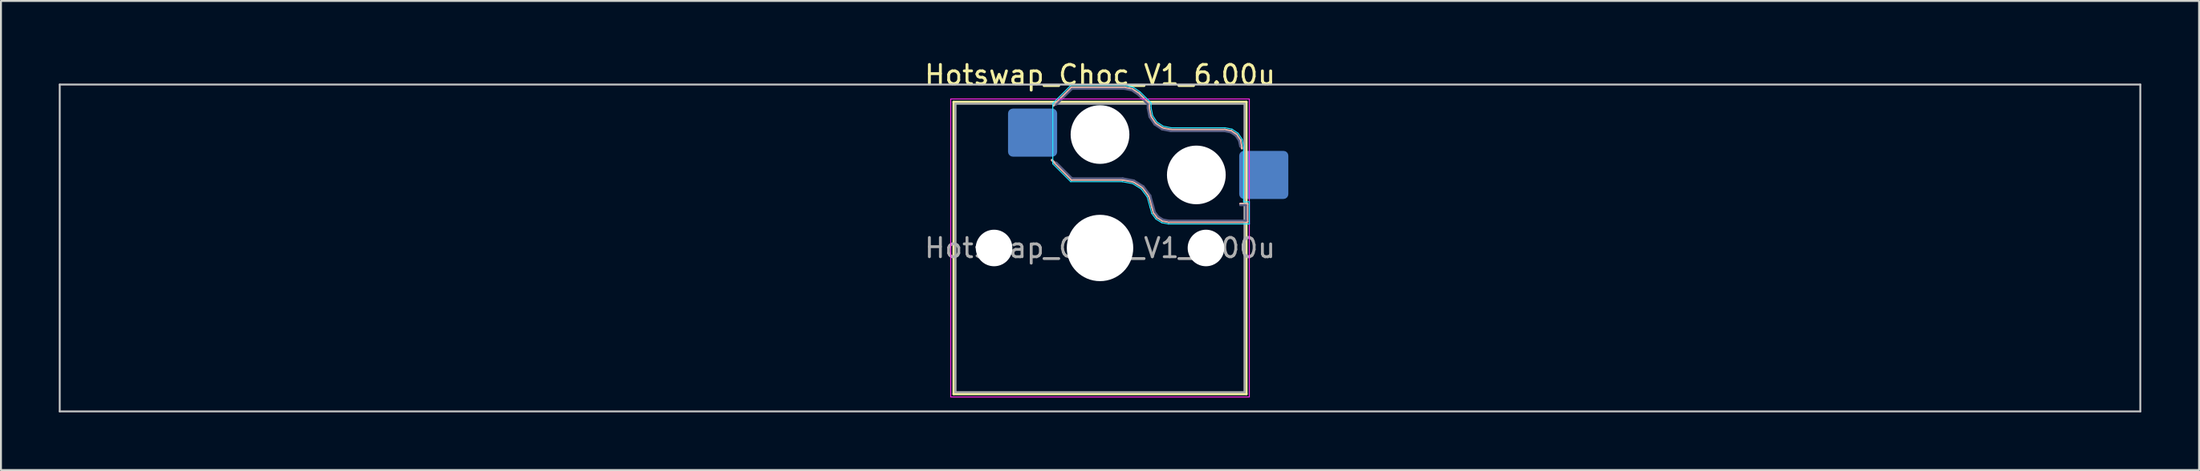
<source format=kicad_pcb>
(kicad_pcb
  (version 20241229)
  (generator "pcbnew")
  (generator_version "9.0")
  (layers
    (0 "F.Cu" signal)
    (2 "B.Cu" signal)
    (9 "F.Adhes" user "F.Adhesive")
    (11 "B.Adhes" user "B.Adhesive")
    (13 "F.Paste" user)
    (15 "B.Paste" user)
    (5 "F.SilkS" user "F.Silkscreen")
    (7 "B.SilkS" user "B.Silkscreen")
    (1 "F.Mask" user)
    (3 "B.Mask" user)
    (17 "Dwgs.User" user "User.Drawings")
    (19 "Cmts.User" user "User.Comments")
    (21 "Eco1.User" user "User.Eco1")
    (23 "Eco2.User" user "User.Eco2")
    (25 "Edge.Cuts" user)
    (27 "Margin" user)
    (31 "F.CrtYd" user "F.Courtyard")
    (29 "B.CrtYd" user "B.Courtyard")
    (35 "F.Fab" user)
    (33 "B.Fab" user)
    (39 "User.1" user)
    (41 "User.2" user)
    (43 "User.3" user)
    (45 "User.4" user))
  (footprint "Hotswap_Choc_V1_6.00u"
    (layer "F.Cu")
    (at 54.05 9.848)
    (property "Reference" "Hotswap_Choc_V1_6.00u" (at 0 -9 0) (layer "F.SilkS") (effects (font (size 1 1) (thickness 0.15))))
    (attr smd)
    (fp_line (start -7.6 -7.6) (end -7.6 7.6) (stroke (width 0.12) (type solid)) (layer "F.SilkS"))
    (fp_line (start -7.6 7.6) (end 7.6 7.6) (stroke (width 0.12) (type solid)) (layer "F.SilkS"))
    (fp_line (start 7.6 -7.6) (end -7.6 -7.6) (stroke (width 0.12) (type solid)) (layer "F.SilkS"))
    (fp_line (start 7.6 7.6) (end 7.6 -7.6) (stroke (width 0.12) (type solid)) (layer "F.SilkS"))
    (fp_line (start -2.416 -7.409) (end -1.479 -8.346) (stroke (width 0.12) (type solid)) (layer "B.SilkS"))
    (fp_line (start -1.479 -8.346) (end 1.268 -8.346) (stroke (width 0.12) (type solid)) (layer "B.SilkS"))
    (fp_line (start -1.479 -3.554) (end -2.5 -4.575) (stroke (width 0.12) (type solid)) (layer "B.SilkS"))
    (fp_line (start 1.168 -3.554) (end -1.479 -3.554) (stroke (width 0.12) (type solid)) (layer "B.SilkS"))
    (fp_line (start 1.268 -8.346) (end 1.671 -8.266) (stroke (width 0.12) (type solid)) (layer "B.SilkS"))
    (fp_line (start 1.671 -8.266) (end 2.013 -8.037) (stroke (width 0.12) (type solid)) (layer "B.SilkS"))
    (fp_line (start 1.73 -3.449) (end 1.168 -3.554) (stroke (width 0.12) (type solid)) (layer "B.SilkS"))
    (fp_line (start 2.013 -8.037) (end 2.546 -7.504) (stroke (width 0.12) (type solid)) (layer "B.SilkS"))
    (fp_line (start 2.209 -3.15) (end 1.73 -3.449) (stroke (width 0.12) (type solid)) (layer "B.SilkS"))
    (fp_line (start 2.546 -7.504) (end 2.546 -7.282) (stroke (width 0.12) (type solid)) (layer "B.SilkS"))
    (fp_line (start 2.546 -7.282) (end 2.633 -6.844) (stroke (width 0.12) (type solid)) (layer "B.SilkS"))
    (fp_line (start 2.547 -2.697) (end 2.209 -3.15) (stroke (width 0.12) (type solid)) (layer "B.SilkS"))
    (fp_line (start 2.633 -6.844) (end 2.877 -6.477) (stroke (width 0.12) (type solid)) (layer "B.SilkS"))
    (fp_line (start 2.701 -2.139) (end 2.547 -2.697) (stroke (width 0.12) (type solid)) (layer "B.SilkS"))
    (fp_line (start 2.783 -1.841) (end 2.701 -2.139) (stroke (width 0.12) (type solid)) (layer "B.SilkS"))
    (fp_line (start 2.877 -6.477) (end 3.244 -6.233) (stroke (width 0.12) (type solid)) (layer "B.SilkS"))
    (fp_line (start 2.976 -1.583) (end 2.783 -1.841) (stroke (width 0.12) (type solid)) (layer "B.SilkS"))
    (fp_line (start 3.244 -6.233) (end 3.682 -6.146) (stroke (width 0.12) (type solid)) (layer "B.SilkS"))
    (fp_line (start 3.25 -1.413) (end 2.976 -1.583) (stroke (width 0.12) (type solid)) (layer "B.SilkS"))
    (fp_line (start 3.56 -1.354) (end 3.25 -1.413) (stroke (width 0.12) (type solid)) (layer "B.SilkS"))
    (fp_line (start 3.682 -6.146) (end 6.482 -6.146) (stroke (width 0.12) (type solid)) (layer "B.SilkS"))
    (fp_line (start 6.482 -6.146) (end 6.809 -6.081) (stroke (width 0.12) (type solid)) (layer "B.SilkS"))
    (fp_line (start 6.809 -6.081) (end 7.092 -5.892) (stroke (width 0.12) (type solid)) (layer "B.SilkS"))
    (fp_line (start 7.092 -5.892) (end 7.281 -5.609) (stroke (width 0.12) (type solid)) (layer "B.SilkS"))
    (fp_line (start 7.281 -5.609) (end 7.366 -5.182) (stroke (width 0.12) (type solid)) (layer "B.SilkS"))
    (fp_line (start 7.283 -2.296) (end 7.646 -2.296) (stroke (width 0.12) (type solid)) (layer "B.SilkS"))
    (fp_line (start 7.646 -2.296) (end 7.646 -1.354) (stroke (width 0.12) (type solid)) (layer "B.SilkS"))
    (fp_line (start 7.646 -1.354) (end 3.56 -1.354) (stroke (width 0.12) (type solid)) (layer "B.SilkS"))
    (fp_line (start -54 -8.5) (end -54 8.5) (stroke (width 0.1) (type solid)) (layer "Dwgs.User"))
    (fp_line (start -54 8.5) (end 54 8.5) (stroke (width 0.1) (type solid)) (layer "Dwgs.User"))
    (fp_line (start 54 -8.5) (end -54 -8.5) (stroke (width 0.1) (type solid)) (layer "Dwgs.User"))
    (fp_line (start 54 8.5) (end 54 -8.5) (stroke (width 0.1) (type solid)) (layer "Dwgs.User"))
    (fp_line (start -7.25 -7.25) (end -7.25 7.25) (stroke (width 0.1) (type solid)) (layer "Eco1.User"))
    (fp_line (start -7.25 7.25) (end 7.25 7.25) (stroke (width 0.1) (type solid)) (layer "Eco1.User"))
    (fp_line (start 7.25 -7.25) (end -7.25 -7.25) (stroke (width 0.1) (type solid)) (layer "Eco1.User"))
    (fp_line (start 7.25 7.25) (end 7.25 -7.25) (stroke (width 0.1) (type solid)) (layer "Eco1.User"))
    (fp_line (start -2.452 -7.523) (end -1.523 -8.452) (stroke (width 0.05) (type solid)) (layer "B.CrtYd"))
    (fp_line (start -2.452 -4.377) (end -2.452 -7.523) (stroke (width 0.05) (type solid)) (layer "B.CrtYd"))
    (fp_line (start -1.523 -8.452) (end 1.278 -8.452) (stroke (width 0.05) (type solid)) (layer "B.CrtYd"))
    (fp_line (start -1.523 -3.448) (end -2.452 -4.377) (stroke (width 0.05) (type solid)) (layer "B.CrtYd"))
    (fp_line (start 1.159 -3.448) (end -1.523 -3.448) (stroke (width 0.05) (type solid)) (layer "B.CrtYd"))
    (fp_line (start 1.278 -8.452) (end 1.712 -8.366) (stroke (width 0.05) (type solid)) (layer "B.CrtYd"))
    (fp_line (start 1.691 -3.348) (end 1.159 -3.448) (stroke (width 0.05) (type solid)) (layer "B.CrtYd"))
    (fp_line (start 1.712 -8.366) (end 2.081 -8.119) (stroke (width 0.05) (type solid)) (layer "B.CrtYd"))
    (fp_line (start 2.081 -8.119) (end 2.652 -7.548) (stroke (width 0.05) (type solid)) (layer "B.CrtYd"))
    (fp_line (start 2.136 -3.071) (end 1.691 -3.348) (stroke (width 0.05) (type solid)) (layer "B.CrtYd"))
    (fp_line (start 2.45 -2.65) (end 2.136 -3.071) (stroke (width 0.05) (type solid)) (layer "B.CrtYd"))
    (fp_line (start 2.599 -2.111) (end 2.45 -2.65) (stroke (width 0.05) (type solid)) (layer "B.CrtYd"))
    (fp_line (start 2.652 -7.548) (end 2.652 -7.292) (stroke (width 0.05) (type solid)) (layer "B.CrtYd"))
    (fp_line (start 2.652 -7.292) (end 2.733 -6.885) (stroke (width 0.05) (type solid)) (layer "B.CrtYd"))
    (fp_line (start 2.687 -1.794) (end 2.599 -2.111) (stroke (width 0.05) (type solid)) (layer "B.CrtYd"))
    (fp_line (start 2.733 -6.885) (end 2.953 -6.553) (stroke (width 0.05) (type solid)) (layer "B.CrtYd"))
    (fp_line (start 2.903 -1.503) (end 2.687 -1.794) (stroke (width 0.05) (type solid)) (layer "B.CrtYd"))
    (fp_line (start 2.953 -6.553) (end 3.285 -6.333) (stroke (width 0.05) (type solid)) (layer "B.CrtYd"))
    (fp_line (start 3.211 -1.312) (end 2.903 -1.503) (stroke (width 0.05) (type solid)) (layer "B.CrtYd"))
    (fp_line (start 3.285 -6.333) (end 3.692 -6.252) (stroke (width 0.05) (type solid)) (layer "B.CrtYd"))
    (fp_line (start 3.55 -1.248) (end 3.211 -1.312) (stroke (width 0.05) (type solid)) (layer "B.CrtYd"))
    (fp_line (start 3.692 -6.252) (end 6.492 -6.252) (stroke (width 0.05) (type solid)) (layer "B.CrtYd"))
    (fp_line (start 6.492 -6.252) (end 6.85 -6.181) (stroke (width 0.05) (type solid)) (layer "B.CrtYd"))
    (fp_line (start 6.85 -6.181) (end 7.168 -5.968) (stroke (width 0.05) (type solid)) (layer "B.CrtYd"))
    (fp_line (start 7.168 -5.968) (end 7.381 -5.65) (stroke (width 0.05) (type solid)) (layer "B.CrtYd"))
    (fp_line (start 7.381 -5.65) (end 7.452 -5.292) (stroke (width 0.05) (type solid)) (layer "B.CrtYd"))
    (fp_line (start 7.452 -5.292) (end 7.452 -2.402) (stroke (width 0.05) (type solid)) (layer "B.CrtYd"))
    (fp_line (start 7.452 -2.402) (end 7.752 -2.402) (stroke (width 0.05) (type solid)) (layer "B.CrtYd"))
    (fp_line (start 7.752 -2.402) (end 7.752 -1.248) (stroke (width 0.05) (type solid)) (layer "B.CrtYd"))
    (fp_line (start 7.752 -1.248) (end 3.55 -1.248) (stroke (width 0.05) (type solid)) (layer "B.CrtYd"))
    (fp_line (start -7.75 -7.75) (end -7.75 7.75) (stroke (width 0.05) (type solid)) (layer "F.CrtYd"))
    (fp_line (start -7.75 7.75) (end 7.75 7.75) (stroke (width 0.05) (type solid)) (layer "F.CrtYd"))
    (fp_line (start 7.75 -7.75) (end -7.75 -7.75) (stroke (width 0.05) (type solid)) (layer "F.CrtYd"))
    (fp_line (start 7.75 7.75) (end 7.75 -7.75) (stroke (width 0.05) (type solid)) (layer "F.CrtYd"))
    (fp_line (start -2.275 -7.45) (end -1.45 -8.275) (stroke (width 0.1) (type solid)) (layer "B.Fab"))
    (fp_line (start -1.45 -8.275) (end 1.261 -8.275) (stroke (width 0.1) (type solid)) (layer "B.Fab"))
    (fp_line (start -1.45 -3.625) (end -2.275 -4.45) (stroke (width 0.1) (type solid)) (layer "B.Fab"))
    (fp_line (start 1.175 -3.625) (end -1.45 -3.625) (stroke (width 0.1) (type solid)) (layer "B.Fab"))
    (fp_line (start 1.261 -8.275) (end 1.643 -8.199) (stroke (width 0.1) (type solid)) (layer "B.Fab"))
    (fp_line (start 1.643 -8.199) (end 1.968 -7.982) (stroke (width 0.1) (type solid)) (layer "B.Fab"))
    (fp_line (start 1.756 -3.516) (end 1.175 -3.625) (stroke (width 0.1) (type solid)) (layer "B.Fab"))
    (fp_line (start 1.968 -7.982) (end 2.475 -7.475) (stroke (width 0.1) (type solid)) (layer "B.Fab"))
    (fp_line (start 2.258 -3.203) (end 1.756 -3.516) (stroke (width 0.1) (type solid)) (layer "B.Fab"))
    (fp_line (start 2.475 -7.475) (end 2.475 -7.275) (stroke (width 0.1) (type solid)) (layer "B.Fab"))
    (fp_line (start 2.475 -7.275) (end 2.566 -6.816) (stroke (width 0.1) (type solid)) (layer "B.Fab"))
    (fp_line (start 2.566 -6.816) (end 2.826 -6.426) (stroke (width 0.1) (type solid)) (layer "B.Fab"))
    (fp_line (start 2.612 -2.729) (end 2.258 -3.203) (stroke (width 0.1) (type solid)) (layer "B.Fab"))
    (fp_line (start 2.769 -2.158) (end 2.612 -2.729) (stroke (width 0.1) (type solid)) (layer "B.Fab"))
    (fp_line (start 2.826 -6.426) (end 3.216 -6.166) (stroke (width 0.1) (type solid)) (layer "B.Fab"))
    (fp_line (start 2.848 -1.873) (end 2.769 -2.158) (stroke (width 0.1) (type solid)) (layer "B.Fab"))
    (fp_line (start 3.025 -1.636) (end 2.848 -1.873) (stroke (width 0.1) (type solid)) (layer "B.Fab"))
    (fp_line (start 3.216 -6.166) (end 3.675 -6.075) (stroke (width 0.1) (type solid)) (layer "B.Fab"))
    (fp_line (start 3.276 -1.48) (end 3.025 -1.636) (stroke (width 0.1) (type solid)) (layer "B.Fab"))
    (fp_line (start 3.567 -1.425) (end 3.276 -1.48) (stroke (width 0.1) (type solid)) (layer "B.Fab"))
    (fp_line (start 3.675 -6.075) (end 6.475 -6.075) (stroke (width 0.1) (type solid)) (layer "B.Fab"))
    (fp_line (start 6.475 -6.075) (end 6.781 -6.014) (stroke (width 0.1) (type solid)) (layer "B.Fab"))
    (fp_line (start 6.781 -6.014) (end 7.041 -5.841) (stroke (width 0.1) (type solid)) (layer "B.Fab"))
    (fp_line (start 7.041 -5.841) (end 7.214 -5.581) (stroke (width 0.1) (type solid)) (layer "B.Fab"))
    (fp_line (start 7.214 -5.581) (end 7.275 -5.275) (stroke (width 0.1) (type solid)) (layer "B.Fab"))
    (fp_line (start 7.275 -2.225) (end 7.575 -2.225) (stroke (width 0.1) (type solid)) (layer "B.Fab"))
    (fp_line (start 7.575 -2.225) (end 7.575 -1.425) (stroke (width 0.1) (type solid)) (layer "B.Fab"))
    (fp_line (start 7.575 -1.425) (end 3.567 -1.425) (stroke (width 0.1) (type solid)) (layer "B.Fab"))
    (fp_line (start -7.5 -7.5) (end -7.5 7.5) (stroke (width 0.1) (type solid)) (layer "F.Fab"))
    (fp_line (start -7.5 7.5) (end 7.5 7.5) (stroke (width 0.1) (type solid)) (layer "F.Fab"))
    (fp_line (start 7.5 -7.5) (end -7.5 -7.5) (stroke (width 0.1) (type solid)) (layer "F.Fab"))
    (fp_line (start 7.5 7.5) (end 7.5 -7.5) (stroke (width 0.1) (type solid)) (layer "F.Fab"))
    (fp_text user "${REFERENCE}" (at 0 0 0) (layer "F.Fab") (effects (font (size 1 1) (thickness 0.15))))
    (pad "" np_thru_hole circle (at -5.5 0) (size 1.9 1.9) (drill 1.9) (layers "*.Cu" "*.Mask"))
    (pad "" np_thru_hole circle (at 0 -5.9) (size 3.05 3.05) (drill 3.05) (layers "*.Cu" "*.Mask"))
    (pad "" np_thru_hole circle (at 0 0) (size 3.45 3.45) (drill 3.45) (layers "*.Cu" "*.Mask"))
    (pad "" np_thru_hole circle (at 5 -3.8) (size 3.05 3.05) (drill 3.05) (layers "*.Cu" "*.Mask"))
    (pad "" np_thru_hole circle (at 5.5 0) (size 1.9 1.9) (drill 1.9) (layers "*.Cu" "*.Mask"))
    (pad "1" smd roundrect (at -3.5 -6) (size 2.55 2.5) (layers "B.Cu" "B.Mask" "B.Paste") (roundrect_rratio 0.1))
    (pad "2" smd roundrect (at 8.5 -3.8) (size 2.55 2.5) (layers "B.Cu" "B.Mask" "B.Paste") (roundrect_rratio 0.1)))
  (gr_rect
    (start -3 -3)
    (end 111.1 21.398)
    (stroke (width 0.1) (type default))
    (fill no)
    (layer "Edge.Cuts")))
</source>
